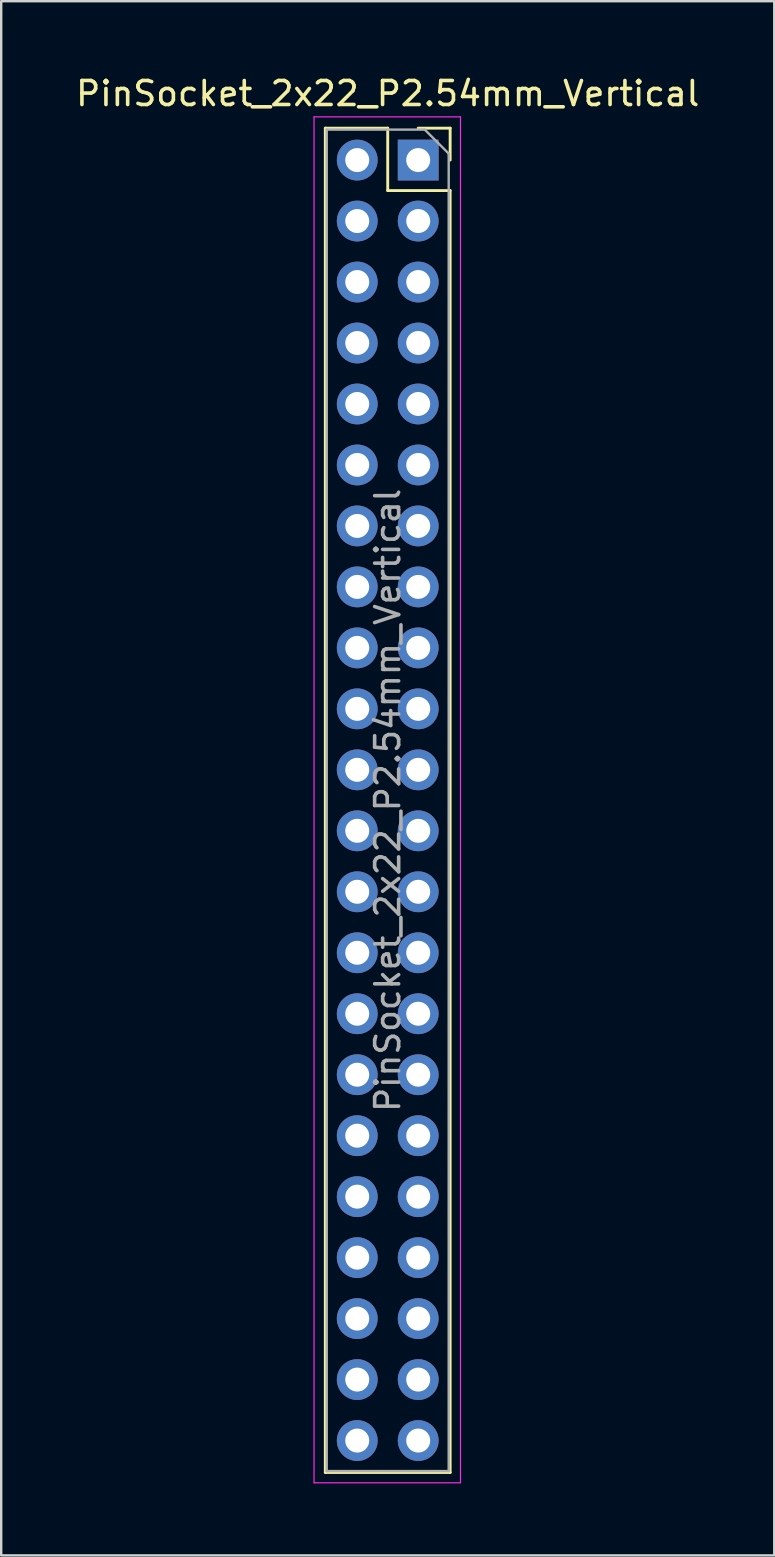
<source format=kicad_pcb>
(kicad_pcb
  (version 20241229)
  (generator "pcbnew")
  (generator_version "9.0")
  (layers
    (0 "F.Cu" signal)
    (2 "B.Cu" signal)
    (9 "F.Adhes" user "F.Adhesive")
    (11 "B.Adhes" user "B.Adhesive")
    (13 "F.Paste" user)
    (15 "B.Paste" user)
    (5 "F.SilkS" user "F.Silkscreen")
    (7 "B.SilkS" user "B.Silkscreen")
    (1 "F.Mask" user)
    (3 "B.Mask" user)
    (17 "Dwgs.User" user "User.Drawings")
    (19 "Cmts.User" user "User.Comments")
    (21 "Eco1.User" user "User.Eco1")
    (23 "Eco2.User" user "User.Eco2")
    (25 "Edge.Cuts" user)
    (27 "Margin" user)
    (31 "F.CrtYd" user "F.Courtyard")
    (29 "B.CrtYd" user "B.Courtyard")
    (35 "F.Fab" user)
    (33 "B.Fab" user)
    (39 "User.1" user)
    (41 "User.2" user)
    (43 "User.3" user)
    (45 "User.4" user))
  (footprint "PinSocket_2x22_P2.54mm_Vertical"
    (layer "F.Cu")
    (at 14.371 3.618)
    (property "Reference" "PinSocket_2x22_P2.54mm_Vertical" (at -1.27 -2.77 0) (layer "F.SilkS") (effects (font (size 1 1) (thickness 0.15))))
    (attr through_hole)
    (fp_line (start -3.87 -1.33) (end -3.87 54.67) (stroke (width 0.12) (type solid)) (layer "F.SilkS"))
    (fp_line (start -3.87 -1.33) (end -1.27 -1.33) (stroke (width 0.12) (type solid)) (layer "F.SilkS"))
    (fp_line (start -3.87 54.67) (end 1.33 54.67) (stroke (width 0.12) (type solid)) (layer "F.SilkS"))
    (fp_line (start -1.27 -1.33) (end -1.27 1.27) (stroke (width 0.12) (type solid)) (layer "F.SilkS"))
    (fp_line (start -1.27 1.27) (end 1.33 1.27) (stroke (width 0.12) (type solid)) (layer "F.SilkS"))
    (fp_line (start 0 -1.33) (end 1.33 -1.33) (stroke (width 0.12) (type solid)) (layer "F.SilkS"))
    (fp_line (start 1.33 -1.33) (end 1.33 0) (stroke (width 0.12) (type solid)) (layer "F.SilkS"))
    (fp_line (start 1.33 1.27) (end 1.33 54.67) (stroke (width 0.12) (type solid)) (layer "F.SilkS"))
    (fp_line (start -4.34 -1.8) (end 1.76 -1.8) (stroke (width 0.05) (type solid)) (layer "F.CrtYd"))
    (fp_line (start -4.34 55.1) (end -4.34 -1.8) (stroke (width 0.05) (type solid)) (layer "F.CrtYd"))
    (fp_line (start 1.76 -1.8) (end 1.76 55.1) (stroke (width 0.05) (type solid)) (layer "F.CrtYd"))
    (fp_line (start 1.76 55.1) (end -4.34 55.1) (stroke (width 0.05) (type solid)) (layer "F.CrtYd"))
    (fp_line (start -3.81 -1.27) (end 0.27 -1.27) (stroke (width 0.1) (type solid)) (layer "F.Fab"))
    (fp_line (start -3.81 54.61) (end -3.81 -1.27) (stroke (width 0.1) (type solid)) (layer "F.Fab"))
    (fp_line (start 0.27 -1.27) (end 1.27 -0.27) (stroke (width 0.1) (type solid)) (layer "F.Fab"))
    (fp_line (start 1.27 -0.27) (end 1.27 54.61) (stroke (width 0.1) (type solid)) (layer "F.Fab"))
    (fp_line (start 1.27 54.61) (end -3.81 54.61) (stroke (width 0.1) (type solid)) (layer "F.Fab"))
    (fp_text user "${REFERENCE}" (at -1.27 26.67 90) (layer "F.Fab") (effects (font (size 1 1) (thickness 0.15))))
    (pad "1" thru_hole rect (at 0 0) (size 1.7 1.7) (drill 1) (layers "*.Cu" "*.Mask"))
    (pad "2" thru_hole circle (at -2.54 0) (size 1.7 1.7) (drill 1) (layers "*.Cu" "*.Mask"))
    (pad "3" thru_hole circle (at 0 2.54) (size 1.7 1.7) (drill 1) (layers "*.Cu" "*.Mask"))
    (pad "4" thru_hole circle (at -2.54 2.54) (size 1.7 1.7) (drill 1) (layers "*.Cu" "*.Mask"))
    (pad "5" thru_hole circle (at 0 5.08) (size 1.7 1.7) (drill 1) (layers "*.Cu" "*.Mask"))
    (pad "6" thru_hole circle (at -2.54 5.08) (size 1.7 1.7) (drill 1) (layers "*.Cu" "*.Mask"))
    (pad "7" thru_hole circle (at 0 7.62) (size 1.7 1.7) (drill 1) (layers "*.Cu" "*.Mask"))
    (pad "8" thru_hole circle (at -2.54 7.62) (size 1.7 1.7) (drill 1) (layers "*.Cu" "*.Mask"))
    (pad "9" thru_hole circle (at 0 10.16) (size 1.7 1.7) (drill 1) (layers "*.Cu" "*.Mask"))
    (pad "10" thru_hole circle (at -2.54 10.16) (size 1.7 1.7) (drill 1) (layers "*.Cu" "*.Mask"))
    (pad "11" thru_hole circle (at 0 12.7) (size 1.7 1.7) (drill 1) (layers "*.Cu" "*.Mask"))
    (pad "12" thru_hole circle (at -2.54 12.7) (size 1.7 1.7) (drill 1) (layers "*.Cu" "*.Mask"))
    (pad "13" thru_hole circle (at 0 15.24) (size 1.7 1.7) (drill 1) (layers "*.Cu" "*.Mask"))
    (pad "14" thru_hole circle (at -2.54 15.24) (size 1.7 1.7) (drill 1) (layers "*.Cu" "*.Mask"))
    (pad "15" thru_hole circle (at 0 17.78) (size 1.7 1.7) (drill 1) (layers "*.Cu" "*.Mask"))
    (pad "16" thru_hole circle (at -2.54 17.78) (size 1.7 1.7) (drill 1) (layers "*.Cu" "*.Mask"))
    (pad "17" thru_hole circle (at 0 20.32) (size 1.7 1.7) (drill 1) (layers "*.Cu" "*.Mask"))
    (pad "18" thru_hole circle (at -2.54 20.32) (size 1.7 1.7) (drill 1) (layers "*.Cu" "*.Mask"))
    (pad "19" thru_hole circle (at 0 22.86) (size 1.7 1.7) (drill 1) (layers "*.Cu" "*.Mask"))
    (pad "20" thru_hole circle (at -2.54 22.86) (size 1.7 1.7) (drill 1) (layers "*.Cu" "*.Mask"))
    (pad "21" thru_hole circle (at 0 25.4) (size 1.7 1.7) (drill 1) (layers "*.Cu" "*.Mask"))
    (pad "22" thru_hole circle (at -2.54 25.4) (size 1.7 1.7) (drill 1) (layers "*.Cu" "*.Mask"))
    (pad "23" thru_hole circle (at 0 27.94) (size 1.7 1.7) (drill 1) (layers "*.Cu" "*.Mask"))
    (pad "24" thru_hole circle (at -2.54 27.94) (size 1.7 1.7) (drill 1) (layers "*.Cu" "*.Mask"))
    (pad "25" thru_hole circle (at 0 30.48) (size 1.7 1.7) (drill 1) (layers "*.Cu" "*.Mask"))
    (pad "26" thru_hole circle (at -2.54 30.48) (size 1.7 1.7) (drill 1) (layers "*.Cu" "*.Mask"))
    (pad "27" thru_hole circle (at 0 33.02) (size 1.7 1.7) (drill 1) (layers "*.Cu" "*.Mask"))
    (pad "28" thru_hole circle (at -2.54 33.02) (size 1.7 1.7) (drill 1) (layers "*.Cu" "*.Mask"))
    (pad "29" thru_hole circle (at 0 35.56) (size 1.7 1.7) (drill 1) (layers "*.Cu" "*.Mask"))
    (pad "30" thru_hole circle (at -2.54 35.56) (size 1.7 1.7) (drill 1) (layers "*.Cu" "*.Mask"))
    (pad "31" thru_hole circle (at 0 38.1) (size 1.7 1.7) (drill 1) (layers "*.Cu" "*.Mask"))
    (pad "32" thru_hole circle (at -2.54 38.1) (size 1.7 1.7) (drill 1) (layers "*.Cu" "*.Mask"))
    (pad "33" thru_hole circle (at 0 40.64) (size 1.7 1.7) (drill 1) (layers "*.Cu" "*.Mask"))
    (pad "34" thru_hole circle (at -2.54 40.64) (size 1.7 1.7) (drill 1) (layers "*.Cu" "*.Mask"))
    (pad "35" thru_hole circle (at 0 43.18) (size 1.7 1.7) (drill 1) (layers "*.Cu" "*.Mask"))
    (pad "36" thru_hole circle (at -2.54 43.18) (size 1.7 1.7) (drill 1) (layers "*.Cu" "*.Mask"))
    (pad "37" thru_hole circle (at 0 45.72) (size 1.7 1.7) (drill 1) (layers "*.Cu" "*.Mask"))
    (pad "38" thru_hole circle (at -2.54 45.72) (size 1.7 1.7) (drill 1) (layers "*.Cu" "*.Mask"))
    (pad "39" thru_hole circle (at 0 48.26) (size 1.7 1.7) (drill 1) (layers "*.Cu" "*.Mask"))
    (pad "40" thru_hole circle (at -2.54 48.26) (size 1.7 1.7) (drill 1) (layers "*.Cu" "*.Mask"))
    (pad "41" thru_hole circle (at 0 50.8) (size 1.7 1.7) (drill 1) (layers "*.Cu" "*.Mask"))
    (pad "42" thru_hole circle (at -2.54 50.8) (size 1.7 1.7) (drill 1) (layers "*.Cu" "*.Mask"))
    (pad "43" thru_hole circle (at 0 53.34) (size 1.7 1.7) (drill 1) (layers "*.Cu" "*.Mask"))
    (pad "44" thru_hole circle (at -2.54 53.34) (size 1.7 1.7) (drill 1) (layers "*.Cu" "*.Mask")))
  (gr_rect
    (start -3 -3)
    (end 29.202 61.743)
    (stroke (width 0.1) (type default))
    (fill no)
    (layer "Edge.Cuts")))
</source>
